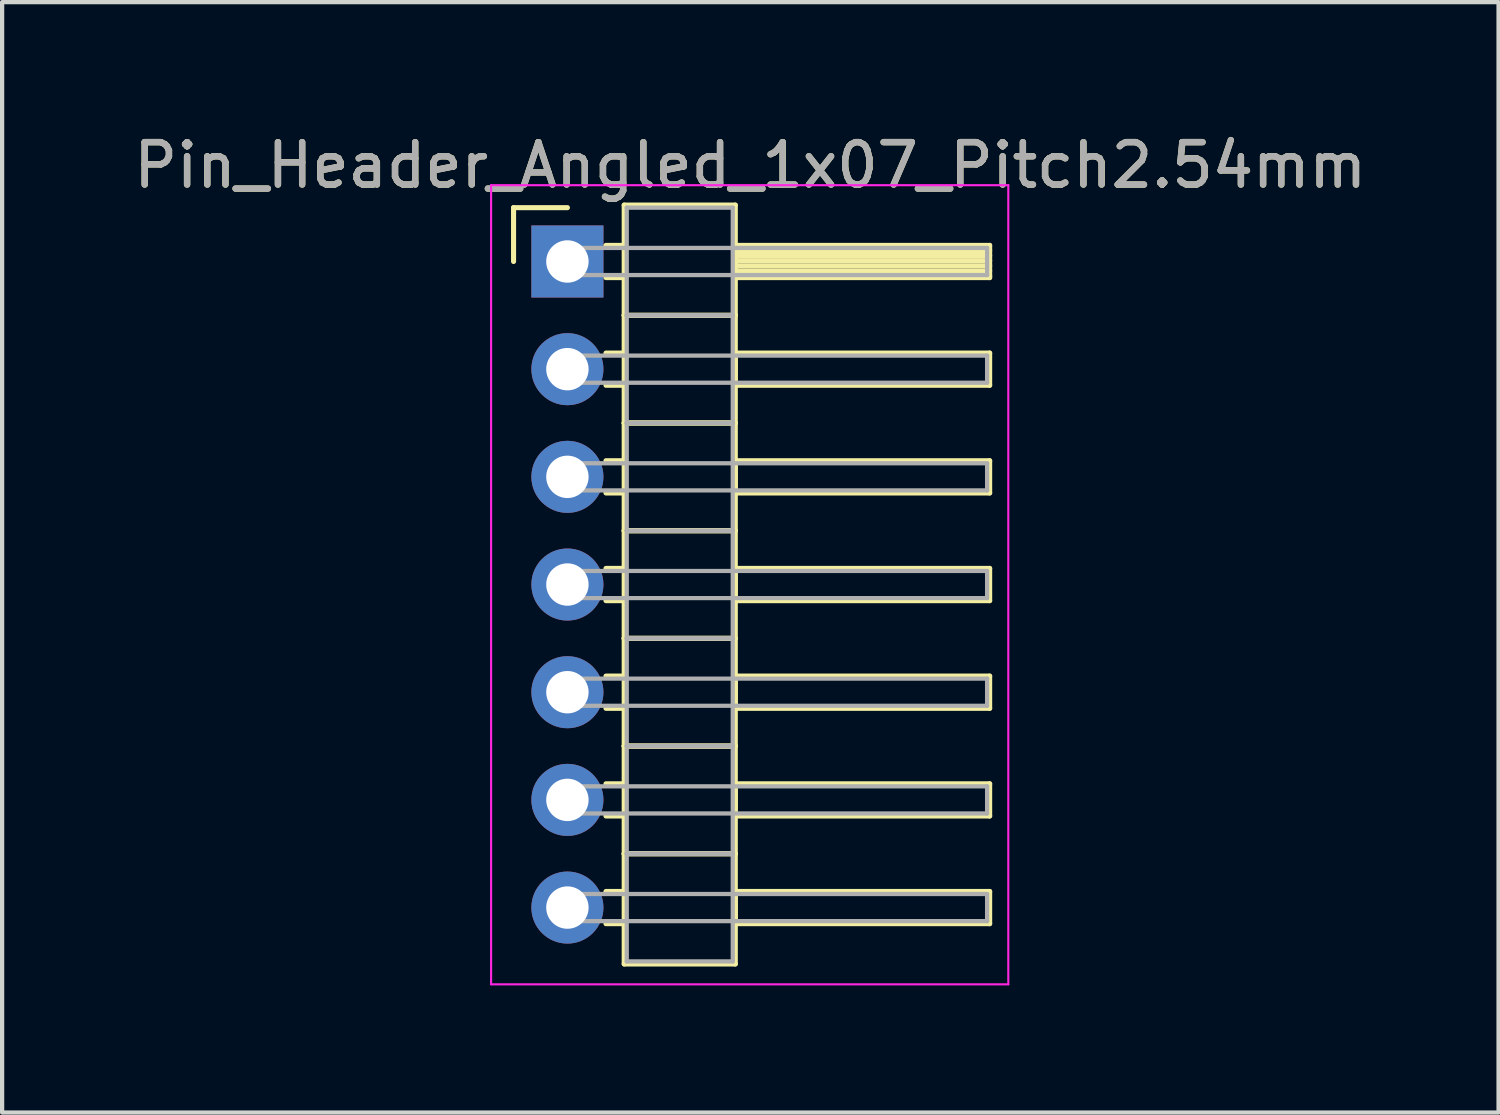
<source format=kicad_pcb>
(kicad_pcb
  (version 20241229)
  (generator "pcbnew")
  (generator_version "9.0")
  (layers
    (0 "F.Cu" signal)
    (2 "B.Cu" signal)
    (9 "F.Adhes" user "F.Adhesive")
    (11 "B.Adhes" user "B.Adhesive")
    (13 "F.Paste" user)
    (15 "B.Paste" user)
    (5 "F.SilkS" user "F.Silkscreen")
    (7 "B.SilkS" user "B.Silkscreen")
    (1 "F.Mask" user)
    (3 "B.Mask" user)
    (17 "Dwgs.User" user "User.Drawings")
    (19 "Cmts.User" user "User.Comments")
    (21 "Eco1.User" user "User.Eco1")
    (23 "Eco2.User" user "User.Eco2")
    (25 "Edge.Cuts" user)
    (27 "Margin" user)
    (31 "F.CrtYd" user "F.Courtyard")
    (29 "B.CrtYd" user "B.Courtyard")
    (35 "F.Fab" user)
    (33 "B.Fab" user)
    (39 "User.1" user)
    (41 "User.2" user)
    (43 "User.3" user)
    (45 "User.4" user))
  (footprint "Pin_Header_Angled_1x07_Pitch2.54mm"
    (layer "F.Cu")
    (at 10.334 3.118)
    (property "Reference" "Pin_Header_Angled_1x07_Pitch2.54mm" (at 4.315 -2.27 0) (layer "F.SilkS") (effects (font (size 1 1) (thickness 0.15))))
    (attr through_hole)
    (fp_line (start -1.27 -1.27) (end 0 -1.27) (stroke (width 0.12) (type solid)) (layer "F.SilkS"))
    (fp_line (start -1.27 0) (end -1.27 -1.27) (stroke (width 0.12) (type solid)) (layer "F.SilkS"))
    (fp_line (start 0.91 -0.38) (end 1.34 -0.38) (stroke (width 0.12) (type solid)) (layer "F.SilkS"))
    (fp_line (start 0.91 0.38) (end 1.34 0.38) (stroke (width 0.12) (type solid)) (layer "F.SilkS"))
    (fp_line (start 0.91 2.16) (end 1.34 2.16) (stroke (width 0.12) (type solid)) (layer "F.SilkS"))
    (fp_line (start 0.91 2.92) (end 1.34 2.92) (stroke (width 0.12) (type solid)) (layer "F.SilkS"))
    (fp_line (start 0.91 4.7) (end 1.34 4.7) (stroke (width 0.12) (type solid)) (layer "F.SilkS"))
    (fp_line (start 0.91 5.46) (end 1.34 5.46) (stroke (width 0.12) (type solid)) (layer "F.SilkS"))
    (fp_line (start 0.91 7.24) (end 1.34 7.24) (stroke (width 0.12) (type solid)) (layer "F.SilkS"))
    (fp_line (start 0.91 8) (end 1.34 8) (stroke (width 0.12) (type solid)) (layer "F.SilkS"))
    (fp_line (start 0.91 9.78) (end 1.34 9.78) (stroke (width 0.12) (type solid)) (layer "F.SilkS"))
    (fp_line (start 0.91 10.54) (end 1.34 10.54) (stroke (width 0.12) (type solid)) (layer "F.SilkS"))
    (fp_line (start 0.91 12.32) (end 1.34 12.32) (stroke (width 0.12) (type solid)) (layer "F.SilkS"))
    (fp_line (start 0.91 13.08) (end 1.34 13.08) (stroke (width 0.12) (type solid)) (layer "F.SilkS"))
    (fp_line (start 0.91 14.86) (end 1.34 14.86) (stroke (width 0.12) (type solid)) (layer "F.SilkS"))
    (fp_line (start 0.91 15.62) (end 1.34 15.62) (stroke (width 0.12) (type solid)) (layer "F.SilkS"))
    (fp_line (start 1.34 -1.33) (end 1.34 1.27) (stroke (width 0.12) (type solid)) (layer "F.SilkS"))
    (fp_line (start 1.34 1.27) (end 1.34 3.81) (stroke (width 0.12) (type solid)) (layer "F.SilkS"))
    (fp_line (start 1.34 1.27) (end 3.96 1.27) (stroke (width 0.12) (type solid)) (layer "F.SilkS"))
    (fp_line (start 1.34 3.81) (end 1.34 6.35) (stroke (width 0.12) (type solid)) (layer "F.SilkS"))
    (fp_line (start 1.34 3.81) (end 3.96 3.81) (stroke (width 0.12) (type solid)) (layer "F.SilkS"))
    (fp_line (start 1.34 6.35) (end 1.34 8.89) (stroke (width 0.12) (type solid)) (layer "F.SilkS"))
    (fp_line (start 1.34 6.35) (end 3.96 6.35) (stroke (width 0.12) (type solid)) (layer "F.SilkS"))
    (fp_line (start 1.34 8.89) (end 1.34 11.43) (stroke (width 0.12) (type solid)) (layer "F.SilkS"))
    (fp_line (start 1.34 8.89) (end 3.96 8.89) (stroke (width 0.12) (type solid)) (layer "F.SilkS"))
    (fp_line (start 1.34 11.43) (end 1.34 13.97) (stroke (width 0.12) (type solid)) (layer "F.SilkS"))
    (fp_line (start 1.34 11.43) (end 3.96 11.43) (stroke (width 0.12) (type solid)) (layer "F.SilkS"))
    (fp_line (start 1.34 13.97) (end 1.34 16.57) (stroke (width 0.12) (type solid)) (layer "F.SilkS"))
    (fp_line (start 1.34 13.97) (end 3.96 13.97) (stroke (width 0.12) (type solid)) (layer "F.SilkS"))
    (fp_line (start 1.34 16.57) (end 3.96 16.57) (stroke (width 0.12) (type solid)) (layer "F.SilkS"))
    (fp_line (start 3.96 -1.33) (end 1.34 -1.33) (stroke (width 0.12) (type solid)) (layer "F.SilkS"))
    (fp_line (start 3.96 -0.38) (end 3.96 0.38) (stroke (width 0.12) (type solid)) (layer "F.SilkS"))
    (fp_line (start 3.96 -0.26) (end 9.96 -0.26) (stroke (width 0.12) (type solid)) (layer "F.SilkS"))
    (fp_line (start 3.96 -0.14) (end 9.96 -0.14) (stroke (width 0.12) (type solid)) (layer "F.SilkS"))
    (fp_line (start 3.96 -0.02) (end 9.96 -0.02) (stroke (width 0.12) (type solid)) (layer "F.SilkS"))
    (fp_line (start 3.96 0.1) (end 9.96 0.1) (stroke (width 0.12) (type solid)) (layer "F.SilkS"))
    (fp_line (start 3.96 0.22) (end 9.96 0.22) (stroke (width 0.12) (type solid)) (layer "F.SilkS"))
    (fp_line (start 3.96 0.34) (end 9.96 0.34) (stroke (width 0.12) (type solid)) (layer "F.SilkS"))
    (fp_line (start 3.96 0.38) (end 9.96 0.38) (stroke (width 0.12) (type solid)) (layer "F.SilkS"))
    (fp_line (start 3.96 1.27) (end 1.34 1.27) (stroke (width 0.12) (type solid)) (layer "F.SilkS"))
    (fp_line (start 3.96 1.27) (end 3.96 -1.33) (stroke (width 0.12) (type solid)) (layer "F.SilkS"))
    (fp_line (start 3.96 2.16) (end 3.96 2.92) (stroke (width 0.12) (type solid)) (layer "F.SilkS"))
    (fp_line (start 3.96 2.92) (end 9.96 2.92) (stroke (width 0.12) (type solid)) (layer "F.SilkS"))
    (fp_line (start 3.96 3.81) (end 1.34 3.81) (stroke (width 0.12) (type solid)) (layer "F.SilkS"))
    (fp_line (start 3.96 3.81) (end 3.96 1.27) (stroke (width 0.12) (type solid)) (layer "F.SilkS"))
    (fp_line (start 3.96 4.7) (end 3.96 5.46) (stroke (width 0.12) (type solid)) (layer "F.SilkS"))
    (fp_line (start 3.96 5.46) (end 9.96 5.46) (stroke (width 0.12) (type solid)) (layer "F.SilkS"))
    (fp_line (start 3.96 6.35) (end 1.34 6.35) (stroke (width 0.12) (type solid)) (layer "F.SilkS"))
    (fp_line (start 3.96 6.35) (end 3.96 3.81) (stroke (width 0.12) (type solid)) (layer "F.SilkS"))
    (fp_line (start 3.96 7.24) (end 3.96 8) (stroke (width 0.12) (type solid)) (layer "F.SilkS"))
    (fp_line (start 3.96 8) (end 9.96 8) (stroke (width 0.12) (type solid)) (layer "F.SilkS"))
    (fp_line (start 3.96 8.89) (end 1.34 8.89) (stroke (width 0.12) (type solid)) (layer "F.SilkS"))
    (fp_line (start 3.96 8.89) (end 3.96 6.35) (stroke (width 0.12) (type solid)) (layer "F.SilkS"))
    (fp_line (start 3.96 9.78) (end 3.96 10.54) (stroke (width 0.12) (type solid)) (layer "F.SilkS"))
    (fp_line (start 3.96 10.54) (end 9.96 10.54) (stroke (width 0.12) (type solid)) (layer "F.SilkS"))
    (fp_line (start 3.96 11.43) (end 1.34 11.43) (stroke (width 0.12) (type solid)) (layer "F.SilkS"))
    (fp_line (start 3.96 11.43) (end 3.96 8.89) (stroke (width 0.12) (type solid)) (layer "F.SilkS"))
    (fp_line (start 3.96 12.32) (end 3.96 13.08) (stroke (width 0.12) (type solid)) (layer "F.SilkS"))
    (fp_line (start 3.96 13.08) (end 9.96 13.08) (stroke (width 0.12) (type solid)) (layer "F.SilkS"))
    (fp_line (start 3.96 13.97) (end 1.34 13.97) (stroke (width 0.12) (type solid)) (layer "F.SilkS"))
    (fp_line (start 3.96 13.97) (end 3.96 11.43) (stroke (width 0.12) (type solid)) (layer "F.SilkS"))
    (fp_line (start 3.96 14.86) (end 3.96 15.62) (stroke (width 0.12) (type solid)) (layer "F.SilkS"))
    (fp_line (start 3.96 15.62) (end 9.96 15.62) (stroke (width 0.12) (type solid)) (layer "F.SilkS"))
    (fp_line (start 3.96 16.57) (end 3.96 13.97) (stroke (width 0.12) (type solid)) (layer "F.SilkS"))
    (fp_line (start 9.96 -0.38) (end 3.96 -0.38) (stroke (width 0.12) (type solid)) (layer "F.SilkS"))
    (fp_line (start 9.96 0.38) (end 9.96 -0.38) (stroke (width 0.12) (type solid)) (layer "F.SilkS"))
    (fp_line (start 9.96 2.16) (end 3.96 2.16) (stroke (width 0.12) (type solid)) (layer "F.SilkS"))
    (fp_line (start 9.96 2.92) (end 9.96 2.16) (stroke (width 0.12) (type solid)) (layer "F.SilkS"))
    (fp_line (start 9.96 4.7) (end 3.96 4.7) (stroke (width 0.12) (type solid)) (layer "F.SilkS"))
    (fp_line (start 9.96 5.46) (end 9.96 4.7) (stroke (width 0.12) (type solid)) (layer "F.SilkS"))
    (fp_line (start 9.96 7.24) (end 3.96 7.24) (stroke (width 0.12) (type solid)) (layer "F.SilkS"))
    (fp_line (start 9.96 8) (end 9.96 7.24) (stroke (width 0.12) (type solid)) (layer "F.SilkS"))
    (fp_line (start 9.96 9.78) (end 3.96 9.78) (stroke (width 0.12) (type solid)) (layer "F.SilkS"))
    (fp_line (start 9.96 10.54) (end 9.96 9.78) (stroke (width 0.12) (type solid)) (layer "F.SilkS"))
    (fp_line (start 9.96 12.32) (end 3.96 12.32) (stroke (width 0.12) (type solid)) (layer "F.SilkS"))
    (fp_line (start 9.96 13.08) (end 9.96 12.32) (stroke (width 0.12) (type solid)) (layer "F.SilkS"))
    (fp_line (start 9.96 14.86) (end 3.96 14.86) (stroke (width 0.12) (type solid)) (layer "F.SilkS"))
    (fp_line (start 9.96 15.62) (end 9.96 14.86) (stroke (width 0.12) (type solid)) (layer "F.SilkS"))
    (fp_line (start -1.8 -1.8) (end -1.8 17.05) (stroke (width 0.05) (type solid)) (layer "F.CrtYd"))
    (fp_line (start -1.8 17.05) (end 10.4 17.05) (stroke (width 0.05) (type solid)) (layer "F.CrtYd"))
    (fp_line (start 10.4 -1.8) (end -1.8 -1.8) (stroke (width 0.05) (type solid)) (layer "F.CrtYd"))
    (fp_line (start 10.4 17.05) (end 10.4 -1.8) (stroke (width 0.05) (type solid)) (layer "F.CrtYd"))
    (fp_line (start 0 -0.32) (end 0 0.32) (stroke (width 0.1) (type solid)) (layer "F.Fab"))
    (fp_line (start 0 0.32) (end 9.9 0.32) (stroke (width 0.1) (type solid)) (layer "F.Fab"))
    (fp_line (start 0 2.22) (end 0 2.86) (stroke (width 0.1) (type solid)) (layer "F.Fab"))
    (fp_line (start 0 2.86) (end 9.9 2.86) (stroke (width 0.1) (type solid)) (layer "F.Fab"))
    (fp_line (start 0 4.76) (end 0 5.4) (stroke (width 0.1) (type solid)) (layer "F.Fab"))
    (fp_line (start 0 5.4) (end 9.9 5.4) (stroke (width 0.1) (type solid)) (layer "F.Fab"))
    (fp_line (start 0 7.3) (end 0 7.94) (stroke (width 0.1) (type solid)) (layer "F.Fab"))
    (fp_line (start 0 7.94) (end 9.9 7.94) (stroke (width 0.1) (type solid)) (layer "F.Fab"))
    (fp_line (start 0 9.84) (end 0 10.48) (stroke (width 0.1) (type solid)) (layer "F.Fab"))
    (fp_line (start 0 10.48) (end 9.9 10.48) (stroke (width 0.1) (type solid)) (layer "F.Fab"))
    (fp_line (start 0 12.38) (end 0 13.02) (stroke (width 0.1) (type solid)) (layer "F.Fab"))
    (fp_line (start 0 13.02) (end 9.9 13.02) (stroke (width 0.1) (type solid)) (layer "F.Fab"))
    (fp_line (start 0 14.92) (end 0 15.56) (stroke (width 0.1) (type solid)) (layer "F.Fab"))
    (fp_line (start 0 15.56) (end 9.9 15.56) (stroke (width 0.1) (type solid)) (layer "F.Fab"))
    (fp_line (start 1.4 -1.27) (end 1.4 1.27) (stroke (width 0.1) (type solid)) (layer "F.Fab"))
    (fp_line (start 1.4 1.27) (end 1.4 3.81) (stroke (width 0.1) (type solid)) (layer "F.Fab"))
    (fp_line (start 1.4 1.27) (end 3.9 1.27) (stroke (width 0.1) (type solid)) (layer "F.Fab"))
    (fp_line (start 1.4 3.81) (end 1.4 6.35) (stroke (width 0.1) (type solid)) (layer "F.Fab"))
    (fp_line (start 1.4 3.81) (end 3.9 3.81) (stroke (width 0.1) (type solid)) (layer "F.Fab"))
    (fp_line (start 1.4 6.35) (end 1.4 8.89) (stroke (width 0.1) (type solid)) (layer "F.Fab"))
    (fp_line (start 1.4 6.35) (end 3.9 6.35) (stroke (width 0.1) (type solid)) (layer "F.Fab"))
    (fp_line (start 1.4 8.89) (end 1.4 11.43) (stroke (width 0.1) (type solid)) (layer "F.Fab"))
    (fp_line (start 1.4 8.89) (end 3.9 8.89) (stroke (width 0.1) (type solid)) (layer "F.Fab"))
    (fp_line (start 1.4 11.43) (end 1.4 13.97) (stroke (width 0.1) (type solid)) (layer "F.Fab"))
    (fp_line (start 1.4 11.43) (end 3.9 11.43) (stroke (width 0.1) (type solid)) (layer "F.Fab"))
    (fp_line (start 1.4 13.97) (end 1.4 16.51) (stroke (width 0.1) (type solid)) (layer "F.Fab"))
    (fp_line (start 1.4 13.97) (end 3.9 13.97) (stroke (width 0.1) (type solid)) (layer "F.Fab"))
    (fp_line (start 1.4 16.51) (end 3.9 16.51) (stroke (width 0.1) (type solid)) (layer "F.Fab"))
    (fp_line (start 3.9 -1.27) (end 1.4 -1.27) (stroke (width 0.1) (type solid)) (layer "F.Fab"))
    (fp_line (start 3.9 1.27) (end 1.4 1.27) (stroke (width 0.1) (type solid)) (layer "F.Fab"))
    (fp_line (start 3.9 1.27) (end 3.9 -1.27) (stroke (width 0.1) (type solid)) (layer "F.Fab"))
    (fp_line (start 3.9 3.81) (end 1.4 3.81) (stroke (width 0.1) (type solid)) (layer "F.Fab"))
    (fp_line (start 3.9 3.81) (end 3.9 1.27) (stroke (width 0.1) (type solid)) (layer "F.Fab"))
    (fp_line (start 3.9 6.35) (end 1.4 6.35) (stroke (width 0.1) (type solid)) (layer "F.Fab"))
    (fp_line (start 3.9 6.35) (end 3.9 3.81) (stroke (width 0.1) (type solid)) (layer "F.Fab"))
    (fp_line (start 3.9 8.89) (end 1.4 8.89) (stroke (width 0.1) (type solid)) (layer "F.Fab"))
    (fp_line (start 3.9 8.89) (end 3.9 6.35) (stroke (width 0.1) (type solid)) (layer "F.Fab"))
    (fp_line (start 3.9 11.43) (end 1.4 11.43) (stroke (width 0.1) (type solid)) (layer "F.Fab"))
    (fp_line (start 3.9 11.43) (end 3.9 8.89) (stroke (width 0.1) (type solid)) (layer "F.Fab"))
    (fp_line (start 3.9 13.97) (end 1.4 13.97) (stroke (width 0.1) (type solid)) (layer "F.Fab"))
    (fp_line (start 3.9 13.97) (end 3.9 11.43) (stroke (width 0.1) (type solid)) (layer "F.Fab"))
    (fp_line (start 3.9 16.51) (end 3.9 13.97) (stroke (width 0.1) (type solid)) (layer "F.Fab"))
    (fp_line (start 9.9 -0.32) (end 0 -0.32) (stroke (width 0.1) (type solid)) (layer "F.Fab"))
    (fp_line (start 9.9 0.32) (end 9.9 -0.32) (stroke (width 0.1) (type solid)) (layer "F.Fab"))
    (fp_line (start 9.9 2.22) (end 0 2.22) (stroke (width 0.1) (type solid)) (layer "F.Fab"))
    (fp_line (start 9.9 2.86) (end 9.9 2.22) (stroke (width 0.1) (type solid)) (layer "F.Fab"))
    (fp_line (start 9.9 4.76) (end 0 4.76) (stroke (width 0.1) (type solid)) (layer "F.Fab"))
    (fp_line (start 9.9 5.4) (end 9.9 4.76) (stroke (width 0.1) (type solid)) (layer "F.Fab"))
    (fp_line (start 9.9 7.3) (end 0 7.3) (stroke (width 0.1) (type solid)) (layer "F.Fab"))
    (fp_line (start 9.9 7.94) (end 9.9 7.3) (stroke (width 0.1) (type solid)) (layer "F.Fab"))
    (fp_line (start 9.9 9.84) (end 0 9.84) (stroke (width 0.1) (type solid)) (layer "F.Fab"))
    (fp_line (start 9.9 10.48) (end 9.9 9.84) (stroke (width 0.1) (type solid)) (layer "F.Fab"))
    (fp_line (start 9.9 12.38) (end 0 12.38) (stroke (width 0.1) (type solid)) (layer "F.Fab"))
    (fp_line (start 9.9 13.02) (end 9.9 12.38) (stroke (width 0.1) (type solid)) (layer "F.Fab"))
    (fp_line (start 9.9 14.92) (end 0 14.92) (stroke (width 0.1) (type solid)) (layer "F.Fab"))
    (fp_line (start 9.9 15.56) (end 9.9 14.92) (stroke (width 0.1) (type solid)) (layer "F.Fab"))
    (fp_text user "${REFERENCE}" (at 4.315 -2.27 0) (layer "F.Fab") (effects (font (size 1 1) (thickness 0.15))))
    (pad "1" thru_hole rect (at 0 0) (size 1.7 1.7) (drill 1) (layers "*.Cu" "*.Mask"))
    (pad "2" thru_hole oval (at 0 2.54) (size 1.7 1.7) (drill 1) (layers "*.Cu" "*.Mask"))
    (pad "3" thru_hole oval (at 0 5.08) (size 1.7 1.7) (drill 1) (layers "*.Cu" "*.Mask"))
    (pad "4" thru_hole oval (at 0 7.62) (size 1.7 1.7) (drill 1) (layers "*.Cu" "*.Mask"))
    (pad "5" thru_hole oval (at 0 10.16) (size 1.7 1.7) (drill 1) (layers "*.Cu" "*.Mask"))
    (pad "6" thru_hole oval (at 0 12.7) (size 1.7 1.7) (drill 1) (layers "*.Cu" "*.Mask"))
    (pad "7" thru_hole oval (at 0 15.24) (size 1.7 1.7) (drill 1) (layers "*.Cu" "*.Mask")))
  (gr_rect
    (start -3 -3)
    (end 32.298 23.193)
    (stroke (width 0.1) (type default))
    (fill no)
    (layer "Edge.Cuts")))
</source>
